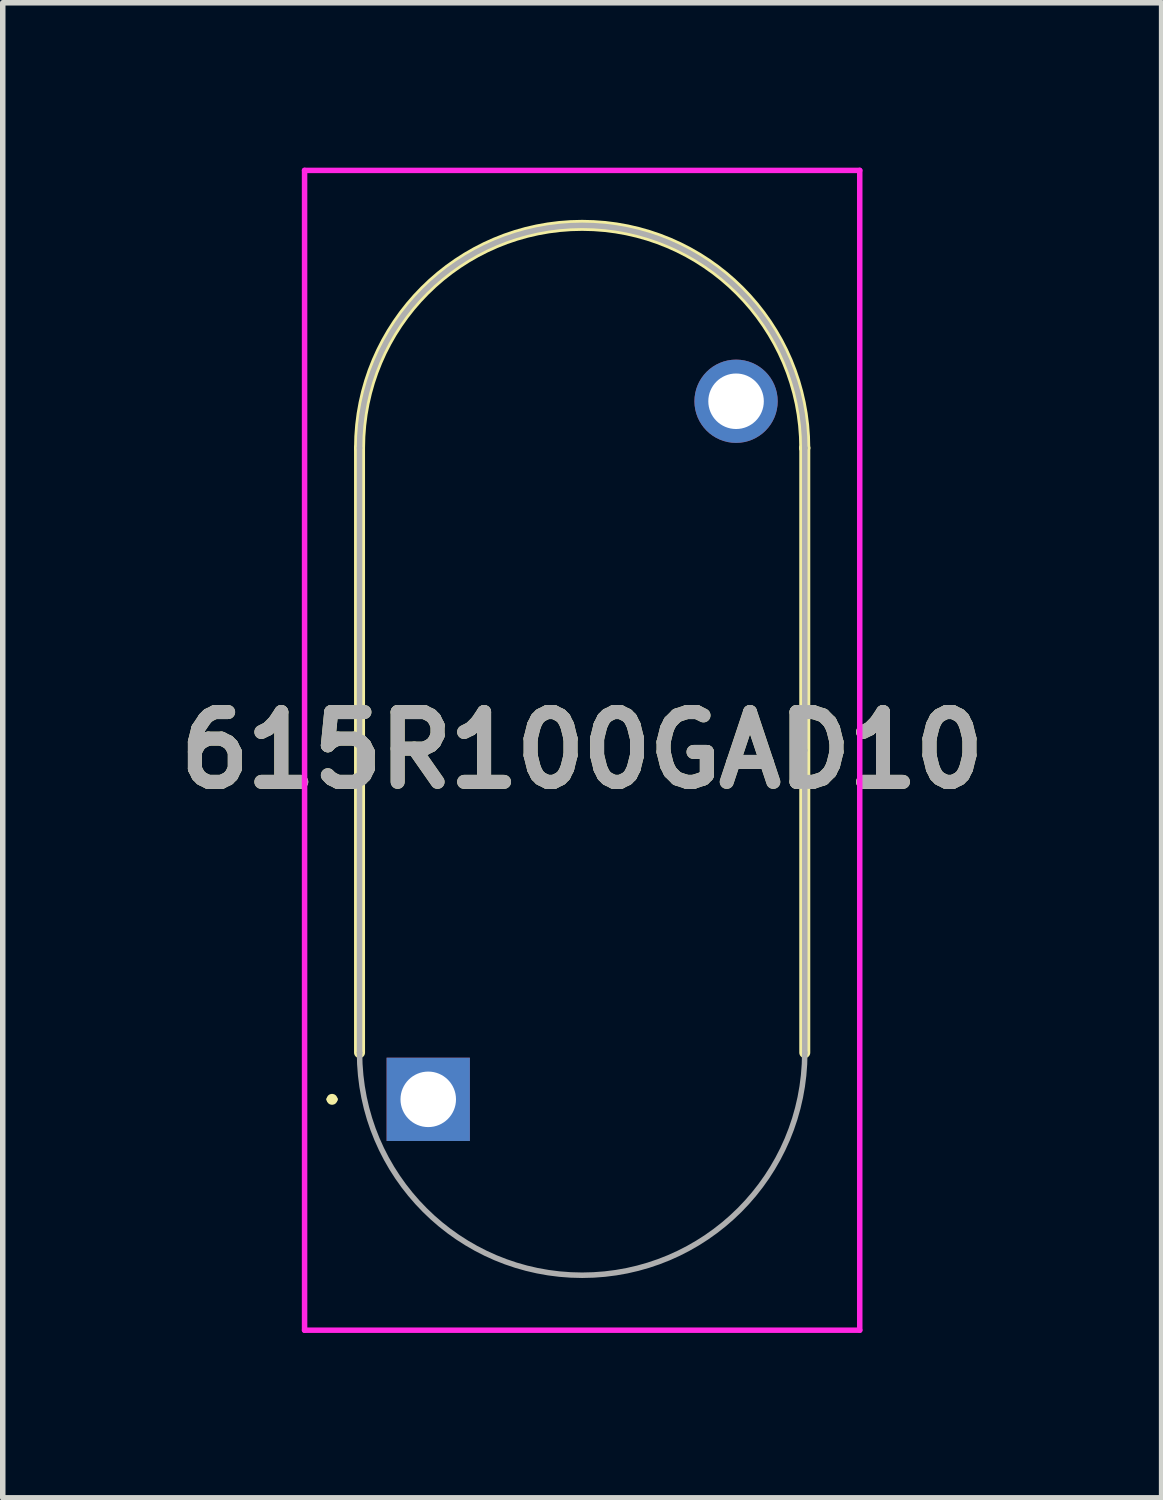
<source format=kicad_pcb>
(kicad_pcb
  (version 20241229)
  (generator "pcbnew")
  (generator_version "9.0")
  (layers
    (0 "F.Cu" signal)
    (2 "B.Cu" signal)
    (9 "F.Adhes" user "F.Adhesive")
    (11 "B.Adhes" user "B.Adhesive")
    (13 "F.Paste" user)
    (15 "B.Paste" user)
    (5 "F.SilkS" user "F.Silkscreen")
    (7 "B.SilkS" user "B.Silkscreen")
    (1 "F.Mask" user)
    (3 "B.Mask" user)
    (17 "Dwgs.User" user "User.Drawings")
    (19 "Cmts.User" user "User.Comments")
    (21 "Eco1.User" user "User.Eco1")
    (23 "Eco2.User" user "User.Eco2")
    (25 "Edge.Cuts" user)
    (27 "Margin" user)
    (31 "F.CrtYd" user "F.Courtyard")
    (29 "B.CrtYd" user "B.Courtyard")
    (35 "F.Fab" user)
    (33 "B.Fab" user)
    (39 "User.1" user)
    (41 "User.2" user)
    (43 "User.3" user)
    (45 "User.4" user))
  (footprint "615R100GAD10"
    (layer "F.Cu")
    (at 4.741 16.95)
    (property "Reference" "615R100GAD10" (at 2.8 -6.35 0) (layer "F.SilkS") (effects (font (size 1.27 1.27) (thickness 0.254))))
    (attr through_hole)
    (fp_line (start -1.8 0) (end -1.8 0) (stroke (width 0.1) (type solid)) (layer "F.SilkS"))
    (fp_line (start -1.7 0) (end -1.7 0) (stroke (width 0.1) (type solid)) (layer "F.SilkS"))
    (fp_line (start -1.25 -11.85) (end -1.25 -0.85) (stroke (width 0.2) (type solid)) (layer "F.SilkS"))
    (fp_line (start 6.85 -11.85) (end 6.85 -11.85) (stroke (width 0.2) (type solid)) (layer "F.SilkS"))
    (fp_line (start 6.85 -0.85) (end 6.85 -11.85) (stroke (width 0.2) (type solid)) (layer "F.SilkS"))
    (fp_arc (start -1.8 0) (mid -1.75 -0.05) (end -1.7 0) (stroke (width 0.1) (type solid)) (layer "F.SilkS"))
    (fp_arc (start -1.7 0) (mid -1.75 0.05) (end -1.8 0) (stroke (width 0.1) (type solid)) (layer "F.SilkS"))
    (fp_arc (start -1.25 -11.85) (mid 2.8 -15.9) (end 6.85 -11.85) (stroke (width 0.2) (type solid)) (layer "F.SilkS"))
    (fp_line (start -2.25 -16.9) (end -2.25 4.2) (stroke (width 0.1) (type solid)) (layer "F.CrtYd"))
    (fp_line (start -2.25 4.2) (end 7.85 4.2) (stroke (width 0.1) (type solid)) (layer "F.CrtYd"))
    (fp_line (start 7.85 -16.9) (end -2.25 -16.9) (stroke (width 0.1) (type solid)) (layer "F.CrtYd"))
    (fp_line (start 7.85 4.2) (end 7.85 -16.9) (stroke (width 0.1) (type solid)) (layer "F.CrtYd"))
    (fp_line (start -1.25 -11.85) (end -1.25 -0.85) (stroke (width 0.1) (type solid)) (layer "F.Fab"))
    (fp_line (start -1.25 -0.85) (end -1.25 -0.85) (stroke (width 0.1) (type solid)) (layer "F.Fab"))
    (fp_line (start 6.85 -11.85) (end 6.85 -11.85) (stroke (width 0.1) (type solid)) (layer "F.Fab"))
    (fp_line (start 6.85 -6.35) (end 6.85 -11.85) (stroke (width 0.1) (type solid)) (layer "F.Fab"))
    (fp_line (start 6.85 -0.85) (end 6.85 -6.35) (stroke (width 0.1) (type solid)) (layer "F.Fab"))
    (fp_arc (start -1.25 -11.85) (mid 2.8 -15.9) (end 6.85 -11.85) (stroke (width 0.1) (type solid)) (layer "F.Fab"))
    (fp_arc (start 6.85 -0.85) (mid 2.8 3.2) (end -1.25 -0.85) (stroke (width 0.1) (type solid)) (layer "F.Fab"))
    (fp_text user "${REFERENCE}" (at 2.8 -6.35 0) (layer "F.Fab") (effects (font (size 1.27 1.27) (thickness 0.254))))
    (pad "1" thru_hole rect (at 0 0) (size 1.515 1.515) (drill 1.01) (layers "*.Cu" "*.Mask"))
    (pad "2" thru_hole circle (at 5.6 -12.7) (size 1.515 1.515) (drill 1.01) (layers "*.Cu" "*.Mask")))
  (gr_rect
    (start -3 -3)
    (end 18.083 24.2)
    (stroke (width 0.1) (type default))
    (fill no)
    (layer "Edge.Cuts")))
</source>
